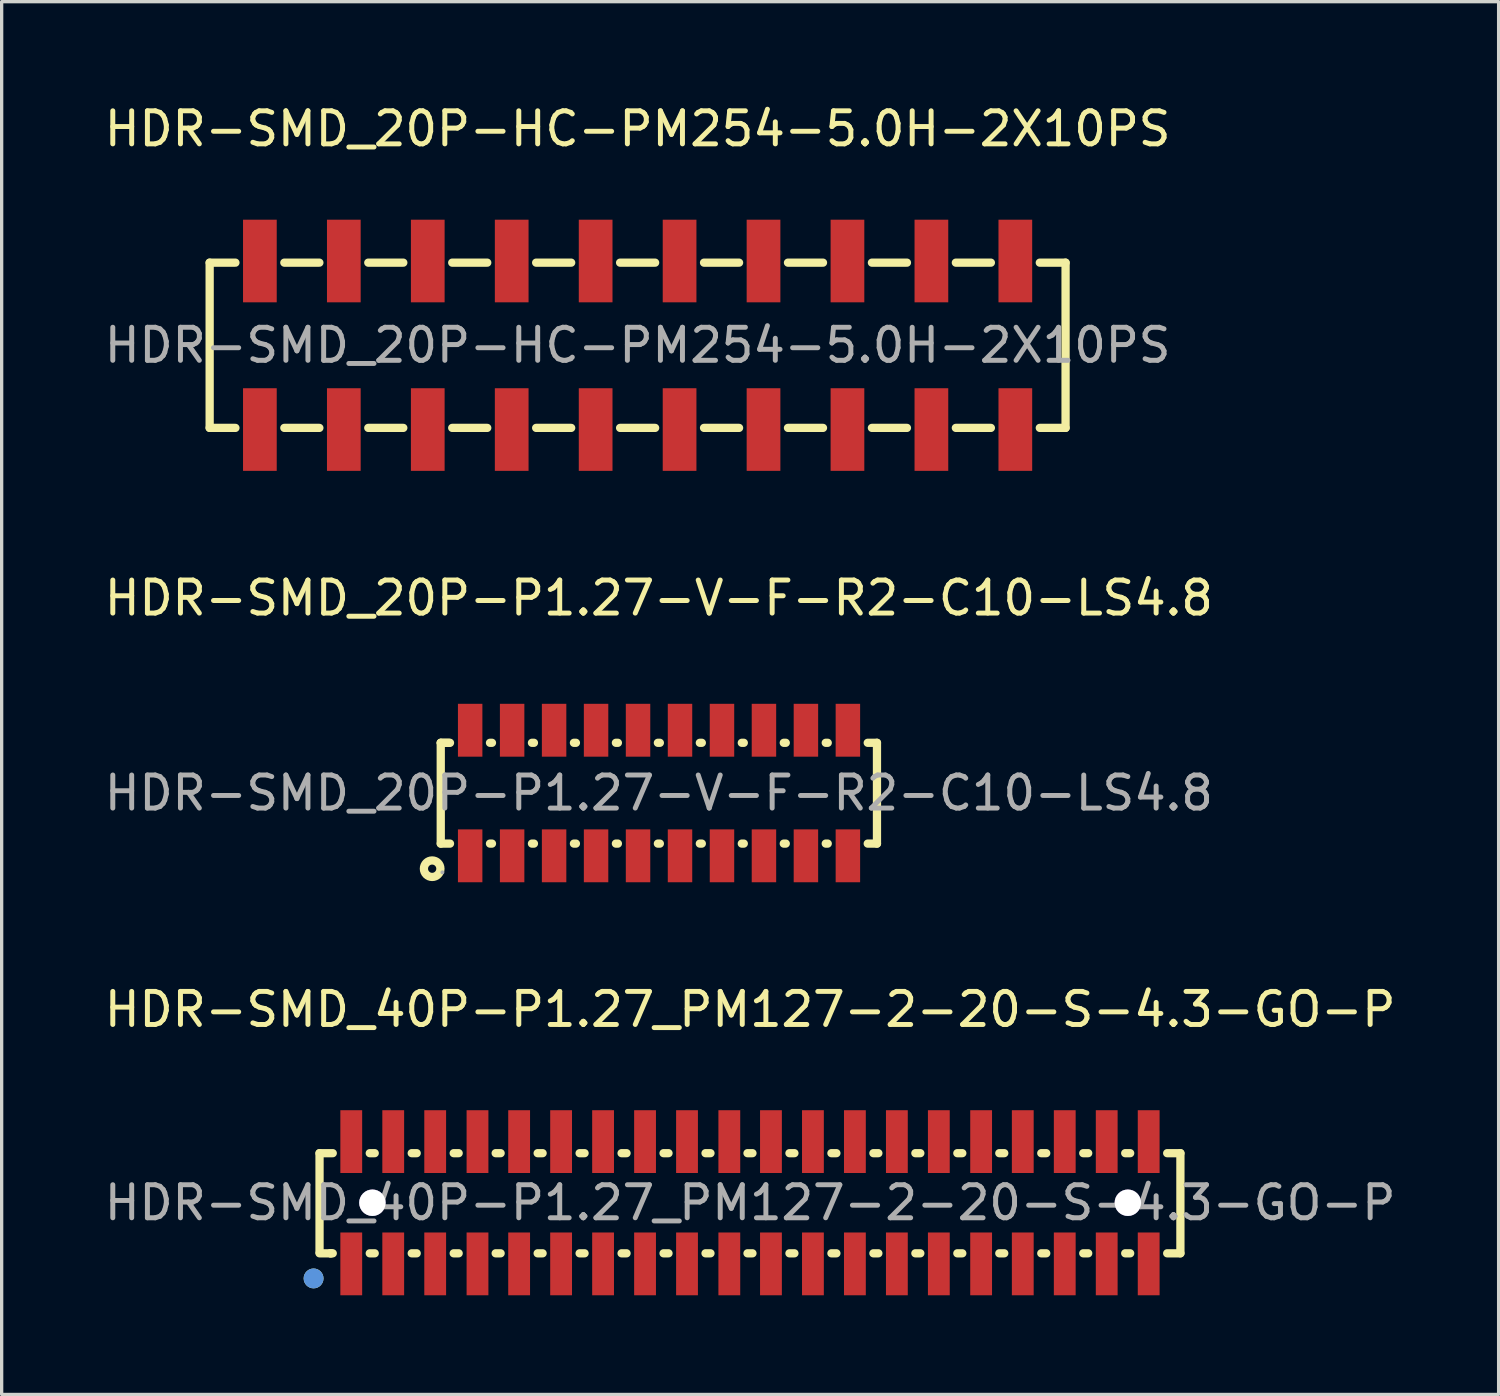
<source format=kicad_pcb>
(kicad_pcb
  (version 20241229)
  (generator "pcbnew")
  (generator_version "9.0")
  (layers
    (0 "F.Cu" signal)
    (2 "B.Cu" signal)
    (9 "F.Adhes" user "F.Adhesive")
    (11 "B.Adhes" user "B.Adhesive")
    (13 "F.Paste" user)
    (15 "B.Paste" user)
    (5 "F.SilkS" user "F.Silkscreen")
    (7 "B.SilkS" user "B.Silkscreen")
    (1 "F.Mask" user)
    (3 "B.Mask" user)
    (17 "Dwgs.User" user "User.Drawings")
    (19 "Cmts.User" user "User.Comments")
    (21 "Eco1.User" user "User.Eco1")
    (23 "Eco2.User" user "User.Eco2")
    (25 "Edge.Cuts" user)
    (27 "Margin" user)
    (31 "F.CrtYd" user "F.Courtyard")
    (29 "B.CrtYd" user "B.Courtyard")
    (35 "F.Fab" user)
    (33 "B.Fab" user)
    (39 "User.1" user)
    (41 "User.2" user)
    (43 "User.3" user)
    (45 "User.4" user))
  (footprint "HDR-SMD_20P-P1.27-V-F-R2-C10-LS4.8"
    (layer "F.Cu")
    (at 16.887 20.947)
    (property "Reference" "HDR-SMD_20P-P1.27-V-F-R2-C10-LS4.8" (at 0 -5.9 0) (layer "F.SilkS") (effects (font (size 1 1) (thickness 0.15))))
    (attr smd)
    (fp_line (start -6.6 -1.52) (end -6.6 1.53) (stroke (width 0.25) (type solid)) (layer "F.SilkS"))
    (fp_line (start -6.6 1.53) (end -6.32 1.53) (stroke (width 0.25) (type solid)) (layer "F.SilkS"))
    (fp_line (start -6.35 -1.52) (end -6.6 -1.52) (stroke (width 0.25) (type solid)) (layer "F.SilkS"))
    (fp_line (start -6.32 -1.52) (end -6.6 -1.52) (stroke (width 0.25) (type solid)) (layer "F.SilkS"))
    (fp_line (start -5.11 1.53) (end -5.05 1.53) (stroke (width 0.25) (type solid)) (layer "F.SilkS"))
    (fp_line (start -5.05 -1.52) (end -5.11 -1.52) (stroke (width 0.25) (type solid)) (layer "F.SilkS"))
    (fp_line (start -3.84 1.53) (end -3.78 1.53) (stroke (width 0.25) (type solid)) (layer "F.SilkS"))
    (fp_line (start -3.78 -1.52) (end -3.84 -1.52) (stroke (width 0.25) (type solid)) (layer "F.SilkS"))
    (fp_line (start -2.57 1.53) (end -2.51 1.53) (stroke (width 0.25) (type solid)) (layer "F.SilkS"))
    (fp_line (start -2.51 -1.52) (end -2.57 -1.52) (stroke (width 0.25) (type solid)) (layer "F.SilkS"))
    (fp_line (start -1.3 1.53) (end -1.24 1.53) (stroke (width 0.25) (type solid)) (layer "F.SilkS"))
    (fp_line (start -1.24 -1.52) (end -1.3 -1.52) (stroke (width 0.25) (type solid)) (layer "F.SilkS"))
    (fp_line (start -0.03 1.53) (end 0.03 1.53) (stroke (width 0.25) (type solid)) (layer "F.SilkS"))
    (fp_line (start 0.03 -1.52) (end -0.03 -1.52) (stroke (width 0.25) (type solid)) (layer "F.SilkS"))
    (fp_line (start 1.24 1.53) (end 1.3 1.53) (stroke (width 0.25) (type solid)) (layer "F.SilkS"))
    (fp_line (start 1.3 -1.52) (end 1.24 -1.52) (stroke (width 0.25) (type solid)) (layer "F.SilkS"))
    (fp_line (start 2.51 1.53) (end 2.57 1.53) (stroke (width 0.25) (type solid)) (layer "F.SilkS"))
    (fp_line (start 2.57 -1.52) (end 2.51 -1.52) (stroke (width 0.25) (type solid)) (layer "F.SilkS"))
    (fp_line (start 3.78 1.53) (end 3.84 1.53) (stroke (width 0.25) (type solid)) (layer "F.SilkS"))
    (fp_line (start 3.84 -1.52) (end 3.78 -1.52) (stroke (width 0.25) (type solid)) (layer "F.SilkS"))
    (fp_line (start 5.05 1.53) (end 5.11 1.53) (stroke (width 0.25) (type solid)) (layer "F.SilkS"))
    (fp_line (start 5.11 -1.52) (end 5.05 -1.52) (stroke (width 0.25) (type solid)) (layer "F.SilkS"))
    (fp_line (start 6.32 1.53) (end 6.6 1.53) (stroke (width 0.25) (type solid)) (layer "F.SilkS"))
    (fp_line (start 6.6 -1.52) (end 6.32 -1.52) (stroke (width 0.25) (type solid)) (layer "F.SilkS"))
    (fp_line (start 6.6 1.53) (end 6.6 -1.52) (stroke (width 0.25) (type solid)) (layer "F.SilkS"))
    (fp_circle (center -6.86 2.29) (end -6.61 2.29) (stroke (width 0.25) (type solid)) (fill no) (layer "F.SilkS"))
    (fp_circle (center -6.55 2.4) (end -6.52 2.4) (stroke (width 0.06) (type solid)) (fill no) (layer "F.Fab"))
    (fp_text user "${REFERENCE}" (at 0 0 0) (layer "F.Fab") (effects (font (size 1 1) (thickness 0.15))))
    (pad "1" smd rect (at -5.71 1.9 90) (size 1.6 0.74) (layers "F.Cu" "F.Mask" "F.Paste"))
    (pad "2" smd rect (at -5.71 -1.9 90) (size 1.6 0.74) (layers "F.Cu" "F.Mask" "F.Paste"))
    (pad "3" smd rect (at -4.44 1.9 90) (size 1.6 0.74) (layers "F.Cu" "F.Mask" "F.Paste"))
    (pad "4" smd rect (at -4.44 -1.9 90) (size 1.6 0.74) (layers "F.Cu" "F.Mask" "F.Paste"))
    (pad "5" smd rect (at -3.17 1.9 90) (size 1.6 0.74) (layers "F.Cu" "F.Mask" "F.Paste"))
    (pad "6" smd rect (at -3.17 -1.9 90) (size 1.6 0.74) (layers "F.Cu" "F.Mask" "F.Paste"))
    (pad "7" smd rect (at -1.9 1.9 90) (size 1.6 0.74) (layers "F.Cu" "F.Mask" "F.Paste"))
    (pad "8" smd rect (at -1.9 -1.9 90) (size 1.6 0.74) (layers "F.Cu" "F.Mask" "F.Paste"))
    (pad "9" smd rect (at -0.63 1.9 90) (size 1.6 0.74) (layers "F.Cu" "F.Mask" "F.Paste"))
    (pad "10" smd rect (at -0.63 -1.9 90) (size 1.6 0.74) (layers "F.Cu" "F.Mask" "F.Paste"))
    (pad "11" smd rect (at 0.64 1.9 90) (size 1.6 0.74) (layers "F.Cu" "F.Mask" "F.Paste"))
    (pad "12" smd rect (at 0.64 -1.9 90) (size 1.6 0.74) (layers "F.Cu" "F.Mask" "F.Paste"))
    (pad "13" smd rect (at 1.91 1.9 90) (size 1.6 0.74) (layers "F.Cu" "F.Mask" "F.Paste"))
    (pad "14" smd rect (at 1.91 -1.9 90) (size 1.6 0.74) (layers "F.Cu" "F.Mask" "F.Paste"))
    (pad "15" smd rect (at 3.18 1.9 90) (size 1.6 0.74) (layers "F.Cu" "F.Mask" "F.Paste"))
    (pad "16" smd rect (at 3.18 -1.9 90) (size 1.6 0.74) (layers "F.Cu" "F.Mask" "F.Paste"))
    (pad "17" smd rect (at 4.45 1.9 90) (size 1.6 0.74) (layers "F.Cu" "F.Mask" "F.Paste"))
    (pad "18" smd rect (at 4.45 -1.9 90) (size 1.6 0.74) (layers "F.Cu" "F.Mask" "F.Paste"))
    (pad "19" smd rect (at 5.72 1.9 90) (size 1.6 0.74) (layers "F.Cu" "F.Mask" "F.Paste"))
    (pad "20" smd rect (at 5.72 -1.9 90) (size 1.6 0.74) (layers "F.Cu" "F.Mask" "F.Paste")))
  (footprint "HDR-SMD_40P-P1.27_PM127-2-20-S-4.3-GO-P"
    (layer "F.Cu")
    (at 19.649 33.345)
    (property "Reference" "HDR-SMD_40P-P1.27_PM127-2-20-S-4.3-GO-P" (at 0 -5.85 0) (layer "F.SilkS") (effects (font (size 1 1) (thickness 0.15))))
    (attr smd)
    (fp_line (start -13.03 -1.5) (end -13.03 1.5) (stroke (width 0.25) (type solid)) (layer "F.SilkS"))
    (fp_line (start -13.03 -1.5) (end -12.63 -1.5) (stroke (width 0.25) (type solid)) (layer "F.SilkS"))
    (fp_line (start -12.7 1.53) (end -13.03 1.53) (stroke (width 0.25) (type solid)) (layer "F.SilkS"))
    (fp_line (start -12.7 1.53) (end -12.67 1.53) (stroke (width 0.25) (type solid)) (layer "F.SilkS"))
    (fp_line (start -12.7 1.53) (end -12.63 1.53) (stroke (width 0.25) (type solid)) (layer "F.SilkS"))
    (fp_line (start -11.51 -1.5) (end -11.36 -1.5) (stroke (width 0.25) (type solid)) (layer "F.SilkS"))
    (fp_line (start -11.51 1.53) (end -11.36 1.53) (stroke (width 0.25) (type solid)) (layer "F.SilkS"))
    (fp_line (start -10.24 -1.5) (end -10.09 -1.5) (stroke (width 0.25) (type solid)) (layer "F.SilkS"))
    (fp_line (start -10.24 1.53) (end -10.09 1.53) (stroke (width 0.25) (type solid)) (layer "F.SilkS"))
    (fp_line (start -8.97 -1.5) (end -8.82 -1.5) (stroke (width 0.25) (type solid)) (layer "F.SilkS"))
    (fp_line (start -8.97 1.53) (end -8.82 1.53) (stroke (width 0.25) (type solid)) (layer "F.SilkS"))
    (fp_line (start -7.7 -1.5) (end -7.55 -1.5) (stroke (width 0.25) (type solid)) (layer "F.SilkS"))
    (fp_line (start -7.7 1.53) (end -7.55 1.53) (stroke (width 0.25) (type solid)) (layer "F.SilkS"))
    (fp_line (start -6.43 -1.5) (end -6.28 -1.5) (stroke (width 0.25) (type solid)) (layer "F.SilkS"))
    (fp_line (start -6.43 1.53) (end -6.28 1.53) (stroke (width 0.25) (type solid)) (layer "F.SilkS"))
    (fp_line (start -5.16 -1.5) (end -5.01 -1.5) (stroke (width 0.25) (type solid)) (layer "F.SilkS"))
    (fp_line (start -5.16 1.53) (end -5.01 1.53) (stroke (width 0.25) (type solid)) (layer "F.SilkS"))
    (fp_line (start -3.89 -1.5) (end -3.74 -1.5) (stroke (width 0.25) (type solid)) (layer "F.SilkS"))
    (fp_line (start -3.89 1.53) (end -3.74 1.53) (stroke (width 0.25) (type solid)) (layer "F.SilkS"))
    (fp_line (start -2.62 -1.5) (end -2.47 -1.5) (stroke (width 0.25) (type solid)) (layer "F.SilkS"))
    (fp_line (start -2.62 1.53) (end -2.47 1.53) (stroke (width 0.25) (type solid)) (layer "F.SilkS"))
    (fp_line (start -1.35 -1.5) (end -1.2 -1.5) (stroke (width 0.25) (type solid)) (layer "F.SilkS"))
    (fp_line (start -1.35 1.53) (end -1.2 1.53) (stroke (width 0.25) (type solid)) (layer "F.SilkS"))
    (fp_line (start -0.08 -1.5) (end 0.07 -1.5) (stroke (width 0.25) (type solid)) (layer "F.SilkS"))
    (fp_line (start -0.08 1.53) (end 0.07 1.53) (stroke (width 0.25) (type solid)) (layer "F.SilkS"))
    (fp_line (start 1.19 -1.5) (end 1.34 -1.5) (stroke (width 0.25) (type solid)) (layer "F.SilkS"))
    (fp_line (start 1.19 1.53) (end 1.34 1.53) (stroke (width 0.25) (type solid)) (layer "F.SilkS"))
    (fp_line (start 2.46 -1.5) (end 2.61 -1.5) (stroke (width 0.25) (type solid)) (layer "F.SilkS"))
    (fp_line (start 2.46 1.53) (end 2.61 1.53) (stroke (width 0.25) (type solid)) (layer "F.SilkS"))
    (fp_line (start 3.73 -1.5) (end 3.88 -1.5) (stroke (width 0.25) (type solid)) (layer "F.SilkS"))
    (fp_line (start 3.73 1.53) (end 3.88 1.53) (stroke (width 0.25) (type solid)) (layer "F.SilkS"))
    (fp_line (start 5 -1.5) (end 5.15 -1.5) (stroke (width 0.25) (type solid)) (layer "F.SilkS"))
    (fp_line (start 5 1.53) (end 5.15 1.53) (stroke (width 0.25) (type solid)) (layer "F.SilkS"))
    (fp_line (start 6.27 -1.5) (end 6.42 -1.5) (stroke (width 0.25) (type solid)) (layer "F.SilkS"))
    (fp_line (start 6.27 1.53) (end 6.42 1.53) (stroke (width 0.25) (type solid)) (layer "F.SilkS"))
    (fp_line (start 7.54 -1.5) (end 7.69 -1.5) (stroke (width 0.25) (type solid)) (layer "F.SilkS"))
    (fp_line (start 7.54 1.53) (end 7.69 1.53) (stroke (width 0.25) (type solid)) (layer "F.SilkS"))
    (fp_line (start 8.81 -1.5) (end 8.96 -1.5) (stroke (width 0.25) (type solid)) (layer "F.SilkS"))
    (fp_line (start 8.81 1.53) (end 8.96 1.53) (stroke (width 0.25) (type solid)) (layer "F.SilkS"))
    (fp_line (start 10.08 -1.5) (end 10.23 -1.5) (stroke (width 0.25) (type solid)) (layer "F.SilkS"))
    (fp_line (start 10.08 1.53) (end 10.23 1.53) (stroke (width 0.25) (type solid)) (layer "F.SilkS"))
    (fp_line (start 11.35 -1.5) (end 11.5 -1.5) (stroke (width 0.25) (type solid)) (layer "F.SilkS"))
    (fp_line (start 11.35 1.53) (end 11.5 1.53) (stroke (width 0.25) (type solid)) (layer "F.SilkS"))
    (fp_line (start 12.62 -1.5) (end 13.02 -1.5) (stroke (width 0.25) (type solid)) (layer "F.SilkS"))
    (fp_line (start 12.62 1.53) (end 13.02 1.53) (stroke (width 0.25) (type solid)) (layer "F.SilkS"))
    (fp_line (start 13.02 -1.5) (end 13.02 1.53) (stroke (width 0.25) (type solid)) (layer "F.SilkS"))
    (fp_circle (center -13.21 2.29) (end -13.06 2.29) (stroke (width 0.3) (type solid)) (fill no) (layer "F.SilkS"))
    (fp_circle (center -13.21 2.29) (end -13.06 2.29) (stroke (width 0.3) (type solid)) (fill no) (layer "Cmts.User"))
    (fp_circle (center -11.43 0) (end -11.28 0) (stroke (width 0.3) (type solid)) (fill no) (layer "Cmts.User"))
    (fp_circle (center 11.43 0) (end 11.58 0) (stroke (width 0.3) (type solid)) (fill no) (layer "Cmts.User"))
    (fp_circle (center -13.02 2.4) (end -12.99 2.4) (stroke (width 0.06) (type solid)) (fill no) (layer "F.Fab"))
    (fp_text user "${REFERENCE}" (at 0 0 0) (layer "F.Fab") (effects (font (size 1 1) (thickness 0.15))))
    (pad "" thru_hole circle (at -11.43 0) (size 0.8 0.8) (drill 0.8) (layers "*.Cu" "*.Mask"))
    (pad "" thru_hole circle (at 11.43 0) (size 0.8 0.8) (drill 0.8) (layers "*.Cu" "*.Mask"))
    (pad "1" smd rect (at -12.07 1.85 90) (size 1.9 0.66) (layers "F.Cu" "F.Mask" "F.Paste"))
    (pad "2" smd rect (at -12.07 -1.85 90) (size 1.9 0.66) (layers "F.Cu" "F.Mask" "F.Paste"))
    (pad "3" smd rect (at -10.8 1.85 90) (size 1.9 0.66) (layers "F.Cu" "F.Mask" "F.Paste"))
    (pad "4" smd rect (at -10.8 -1.85 90) (size 1.9 0.66) (layers "F.Cu" "F.Mask" "F.Paste"))
    (pad "5" smd rect (at -9.53 1.85 90) (size 1.9 0.66) (layers "F.Cu" "F.Mask" "F.Paste"))
    (pad "6" smd rect (at -9.53 -1.85 90) (size 1.9 0.66) (layers "F.Cu" "F.Mask" "F.Paste"))
    (pad "7" smd rect (at -8.25 1.85 90) (size 1.9 0.66) (layers "F.Cu" "F.Mask" "F.Paste"))
    (pad "8" smd rect (at -8.25 -1.85 90) (size 1.9 0.66) (layers "F.Cu" "F.Mask" "F.Paste"))
    (pad "9" smd rect (at -6.99 1.85 90) (size 1.9 0.66) (layers "F.Cu" "F.Mask" "F.Paste"))
    (pad "10" smd rect (at -6.99 -1.85 90) (size 1.9 0.66) (layers "F.Cu" "F.Mask" "F.Paste"))
    (pad "11" smd rect (at -5.72 1.85 90) (size 1.9 0.66) (layers "F.Cu" "F.Mask" "F.Paste"))
    (pad "12" smd rect (at -5.72 -1.85 90) (size 1.9 0.66) (layers "F.Cu" "F.Mask" "F.Paste"))
    (pad "13" smd rect (at -4.45 1.85 90) (size 1.9 0.66) (layers "F.Cu" "F.Mask" "F.Paste"))
    (pad "14" smd rect (at -4.45 -1.85 90) (size 1.9 0.66) (layers "F.Cu" "F.Mask" "F.Paste"))
    (pad "15" smd rect (at -3.18 1.85 90) (size 1.9 0.66) (layers "F.Cu" "F.Mask" "F.Paste"))
    (pad "16" smd rect (at -3.18 -1.85 90) (size 1.9 0.66) (layers "F.Cu" "F.Mask" "F.Paste"))
    (pad "17" smd rect (at -1.91 1.85 90) (size 1.9 0.66) (layers "F.Cu" "F.Mask" "F.Paste"))
    (pad "18" smd rect (at -1.91 -1.85 90) (size 1.9 0.66) (layers "F.Cu" "F.Mask" "F.Paste"))
    (pad "19" smd rect (at -0.63 1.85 90) (size 1.9 0.66) (layers "F.Cu" "F.Mask" "F.Paste"))
    (pad "20" smd rect (at -0.63 -1.85 90) (size 1.9 0.66) (layers "F.Cu" "F.Mask" "F.Paste"))
    (pad "21" smd rect (at 0.63 1.85 90) (size 1.9 0.66) (layers "F.Cu" "F.Mask" "F.Paste"))
    (pad "22" smd rect (at 0.63 -1.85 90) (size 1.9 0.66) (layers "F.Cu" "F.Mask" "F.Paste"))
    (pad "23" smd rect (at 1.9 1.85 90) (size 1.9 0.66) (layers "F.Cu" "F.Mask" "F.Paste"))
    (pad "24" smd rect (at 1.9 -1.85 90) (size 1.9 0.66) (layers "F.Cu" "F.Mask" "F.Paste"))
    (pad "25" smd rect (at 3.17 1.85 90) (size 1.9 0.66) (layers "F.Cu" "F.Mask" "F.Paste"))
    (pad "26" smd rect (at 3.17 -1.85 90) (size 1.9 0.66) (layers "F.Cu" "F.Mask" "F.Paste"))
    (pad "27" smd rect (at 4.44 1.85 90) (size 1.9 0.66) (layers "F.Cu" "F.Mask" "F.Paste"))
    (pad "28" smd rect (at 4.44 -1.85 90) (size 1.9 0.66) (layers "F.Cu" "F.Mask" "F.Paste"))
    (pad "29" smd rect (at 5.71 1.85 90) (size 1.9 0.66) (layers "F.Cu" "F.Mask" "F.Paste"))
    (pad "30" smd rect (at 5.71 -1.85 90) (size 1.9 0.66) (layers "F.Cu" "F.Mask" "F.Paste"))
    (pad "31" smd rect (at 6.99 1.85 90) (size 1.9 0.66) (layers "F.Cu" "F.Mask" "F.Paste"))
    (pad "32" smd rect (at 6.99 -1.85 90) (size 1.9 0.66) (layers "F.Cu" "F.Mask" "F.Paste"))
    (pad "33" smd rect (at 8.25 1.85 90) (size 1.9 0.66) (layers "F.Cu" "F.Mask" "F.Paste"))
    (pad "34" smd rect (at 8.25 -1.85 90) (size 1.9 0.66) (layers "F.Cu" "F.Mask" "F.Paste"))
    (pad "35" smd rect (at 9.52 1.85 90) (size 1.9 0.66) (layers "F.Cu" "F.Mask" "F.Paste"))
    (pad "36" smd rect (at 9.52 -1.85 90) (size 1.9 0.66) (layers "F.Cu" "F.Mask" "F.Paste"))
    (pad "37" smd rect (at 10.79 1.85 90) (size 1.9 0.66) (layers "F.Cu" "F.Mask" "F.Paste"))
    (pad "38" smd rect (at 10.79 -1.85 90) (size 1.9 0.66) (layers "F.Cu" "F.Mask" "F.Paste"))
    (pad "39" smd rect (at 12.06 1.85 90) (size 1.9 0.66) (layers "F.Cu" "F.Mask" "F.Paste"))
    (pad "40" smd rect (at 12.06 -1.85 90) (size 1.9 0.66) (layers "F.Cu" "F.Mask" "F.Paste")))
  (footprint "HDR-SMD_20P-HC-PM254-5.0H-2X10PS"
    (layer "F.Cu")
    (at 16.244 7.398)
    (property "Reference" "HDR-SMD_20P-HC-PM254-5.0H-2X10PS" (at 0 -6.55 0) (layer "F.SilkS") (effects (font (size 1 1) (thickness 0.15))))
    (attr through_hole)
    (fp_line (start -12.95 -2.5) (end -12.95 2.5) (stroke (width 0.25) (type solid)) (layer "F.SilkS"))
    (fp_line (start -12.95 -2.5) (end -12.17 -2.5) (stroke (width 0.25) (type solid)) (layer "F.SilkS"))
    (fp_line (start -12.95 2.5) (end -12.17 2.5) (stroke (width 0.25) (type solid)) (layer "F.SilkS"))
    (fp_line (start -10.69 -2.5) (end -9.63 -2.5) (stroke (width 0.25) (type solid)) (layer "F.SilkS"))
    (fp_line (start -10.69 2.5) (end -9.63 2.5) (stroke (width 0.25) (type solid)) (layer "F.SilkS"))
    (fp_line (start -8.15 -2.5) (end -7.09 -2.5) (stroke (width 0.25) (type solid)) (layer "F.SilkS"))
    (fp_line (start -8.15 2.5) (end -7.09 2.5) (stroke (width 0.25) (type solid)) (layer "F.SilkS"))
    (fp_line (start -5.61 -2.5) (end -4.55 -2.5) (stroke (width 0.25) (type solid)) (layer "F.SilkS"))
    (fp_line (start -5.61 2.5) (end -4.55 2.5) (stroke (width 0.25) (type solid)) (layer "F.SilkS"))
    (fp_line (start -3.07 -2.5) (end -2.01 -2.5) (stroke (width 0.25) (type solid)) (layer "F.SilkS"))
    (fp_line (start -3.07 2.5) (end -2.01 2.5) (stroke (width 0.25) (type solid)) (layer "F.SilkS"))
    (fp_line (start -0.53 -2.5) (end 0.53 -2.5) (stroke (width 0.25) (type solid)) (layer "F.SilkS"))
    (fp_line (start -0.53 2.5) (end 0.53 2.5) (stroke (width 0.25) (type solid)) (layer "F.SilkS"))
    (fp_line (start 3.07 -2.5) (end 2.01 -2.5) (stroke (width 0.25) (type solid)) (layer "F.SilkS"))
    (fp_line (start 3.07 2.5) (end 2.01 2.5) (stroke (width 0.25) (type solid)) (layer "F.SilkS"))
    (fp_line (start 5.61 -2.5) (end 4.55 -2.5) (stroke (width 0.25) (type solid)) (layer "F.SilkS"))
    (fp_line (start 5.61 2.5) (end 4.55 2.5) (stroke (width 0.25) (type solid)) (layer "F.SilkS"))
    (fp_line (start 8.15 -2.5) (end 7.09 -2.5) (stroke (width 0.25) (type solid)) (layer "F.SilkS"))
    (fp_line (start 8.15 2.5) (end 7.09 2.5) (stroke (width 0.25) (type solid)) (layer "F.SilkS"))
    (fp_line (start 10.69 -2.5) (end 9.63 -2.5) (stroke (width 0.25) (type solid)) (layer "F.SilkS"))
    (fp_line (start 10.69 2.5) (end 9.63 2.5) (stroke (width 0.25) (type solid)) (layer "F.SilkS"))
    (fp_line (start 12.95 -2.5) (end 12.17 -2.5) (stroke (width 0.25) (type solid)) (layer "F.SilkS"))
    (fp_line (start 12.95 -2.5) (end 12.95 2.5) (stroke (width 0.25) (type solid)) (layer "F.SilkS"))
    (fp_line (start 12.95 2.5) (end 12.17 2.5) (stroke (width 0.25) (type solid)) (layer "F.SilkS"))
    (fp_text user "${REFERENCE}" (at 0 0 0) (layer "F.Fab") (effects (font (size 1 1) (thickness 0.15))))
    (pad "1" smd rect (at -11.43 2.55) (size 1.02 2.5) (layers "F.Cu" "F.Mask" "F.Paste"))
    (pad "2" smd rect (at -11.43 -2.55) (size 1.02 2.5) (layers "F.Cu" "F.Mask" "F.Paste"))
    (pad "3" smd rect (at -8.89 2.55) (size 1.02 2.5) (layers "F.Cu" "F.Mask" "F.Paste"))
    (pad "4" smd rect (at -8.89 -2.55) (size 1.02 2.5) (layers "F.Cu" "F.Mask" "F.Paste"))
    (pad "5" smd rect (at -6.35 2.55) (size 1.02 2.5) (layers "F.Cu" "F.Mask" "F.Paste"))
    (pad "6" smd rect (at -6.35 -2.55) (size 1.02 2.5) (layers "F.Cu" "F.Mask" "F.Paste"))
    (pad "7" smd rect (at -3.81 2.55) (size 1.02 2.5) (layers "F.Cu" "F.Mask" "F.Paste"))
    (pad "8" smd rect (at -3.81 -2.55) (size 1.02 2.5) (layers "F.Cu" "F.Mask" "F.Paste"))
    (pad "9" smd rect (at -1.27 2.55) (size 1.02 2.5) (layers "F.Cu" "F.Mask" "F.Paste"))
    (pad "10" smd rect (at -1.27 -2.55) (size 1.02 2.5) (layers "F.Cu" "F.Mask" "F.Paste"))
    (pad "11" smd rect (at 1.27 2.55) (size 1.02 2.5) (layers "F.Cu" "F.Mask" "F.Paste"))
    (pad "12" smd rect (at 1.27 -2.55) (size 1.02 2.5) (layers "F.Cu" "F.Mask" "F.Paste"))
    (pad "13" smd rect (at 3.81 2.55) (size 1.02 2.5) (layers "F.Cu" "F.Mask" "F.Paste"))
    (pad "14" smd rect (at 3.81 -2.55) (size 1.02 2.5) (layers "F.Cu" "F.Mask" "F.Paste"))
    (pad "15" smd rect (at 6.35 2.55) (size 1.02 2.5) (layers "F.Cu" "F.Mask" "F.Paste"))
    (pad "16" smd rect (at 6.35 -2.55) (size 1.02 2.5) (layers "F.Cu" "F.Mask" "F.Paste"))
    (pad "17" smd rect (at 8.89 2.55) (size 1.02 2.5) (layers "F.Cu" "F.Mask" "F.Paste"))
    (pad "18" smd rect (at 8.89 -2.55) (size 1.02 2.5) (layers "F.Cu" "F.Mask" "F.Paste"))
    (pad "19" smd rect (at 11.43 2.55) (size 1.02 2.5) (layers "F.Cu" "F.Mask" "F.Paste"))
    (pad "20" smd rect (at 11.43 -2.55) (size 1.02 2.5) (layers "F.Cu" "F.Mask" "F.Paste")))
  (gr_rect
    (start -3 -3)
    (end 42.298 39.145)
    (stroke (width 0.1) (type default))
    (fill no)
    (layer "Edge.Cuts")))
</source>
